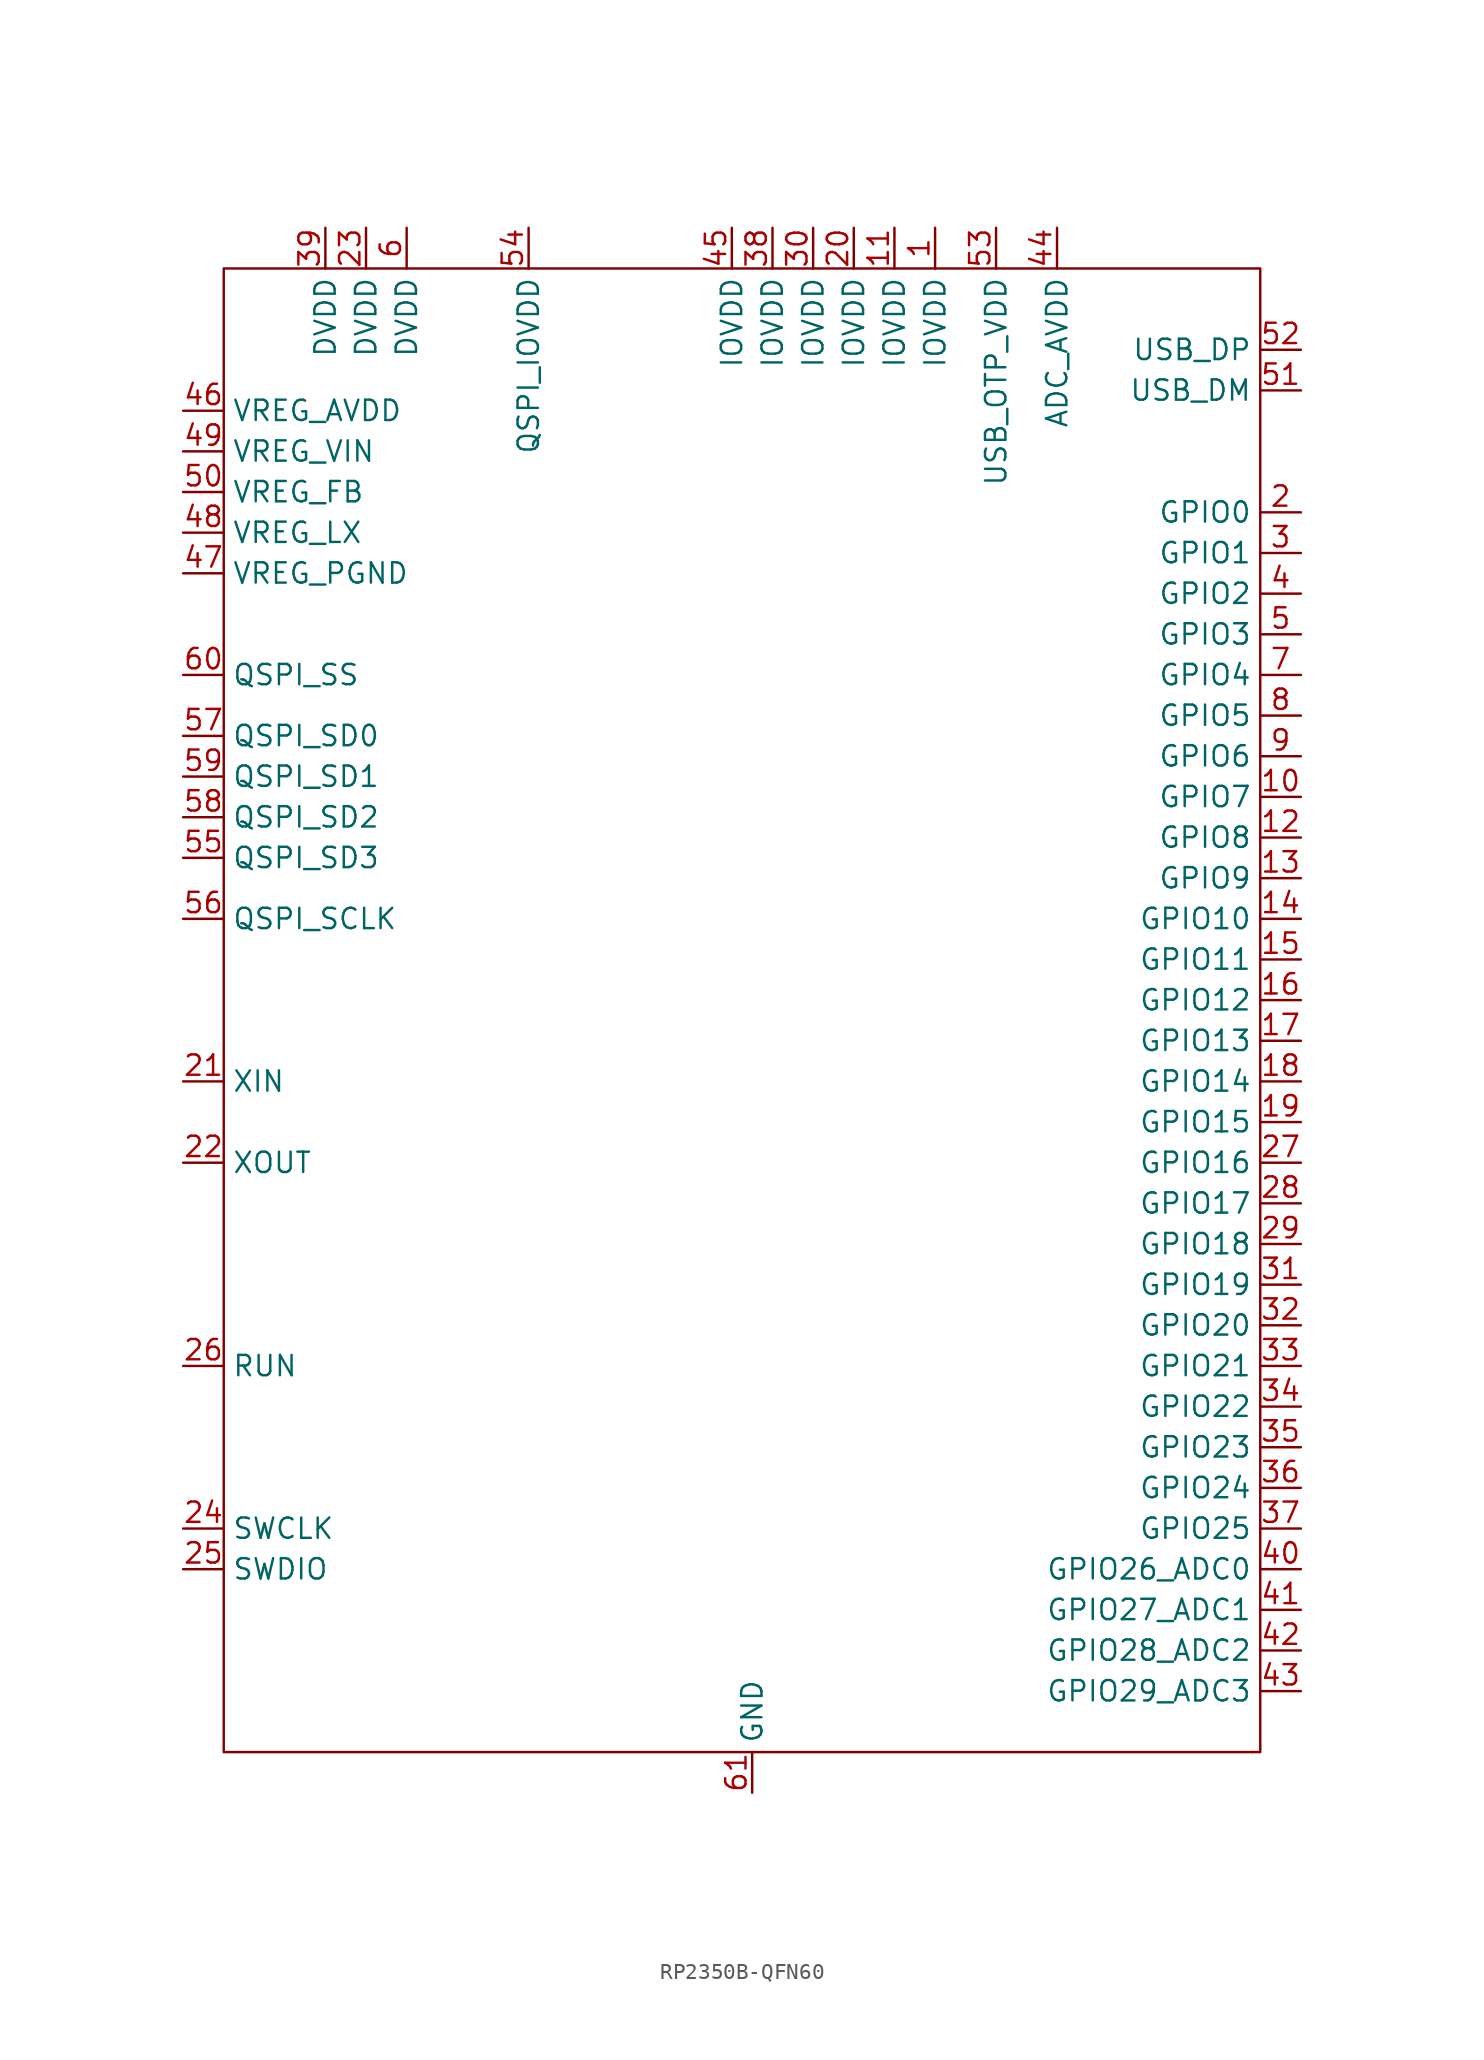
<source format=kicad_sym>
(kicad_symbol_lib
  (version 20241209)
  (generator "kicad_symbol_editor")
  (generator_version "9.0")
  (symbol "RP2350B-QFN60"
    (property "Reference" "U"
      (at 247.65 48.26 0)
      (effects (font (size 1.27 1.27)) (hide yes)))
    (property "Value" ""
      (at 0 0 0)
      (effects (font (size 1.27 1.27))))
    (symbol "RP2350B-QFN60_0_1"
      (rectangle (start -33.02 45.72) (end 31.75 -46.99) (stroke (width 0) (type default)) (fill (type none))))
    (symbol "RP2350B-QFN60_1_0"
      (pin passive line (at 0 -49.53 90) (length 2.54) (name "GND" (effects (font (size 1.27 1.27)))) (number "61" (effects (font (size 1.27 1.27))))))
    (symbol "RP2350B-QFN60_1_1"
      (pin power_in line (at -35.56 36.83 0) (length 2.54) (name "VREG_AVDD" (effects (font (size 1.27 1.27)))) (number "46" (effects (font (size 1.27 1.27)))))
      (pin power_in line (at -35.56 34.29 0) (length 2.54) (name "VREG_VIN" (effects (font (size 1.27 1.27)))) (number "49" (effects (font (size 1.27 1.27)))))
      (pin power_in line (at -35.56 31.75 0) (length 2.54) (name "VREG_FB" (effects (font (size 1.27 1.27)))) (number "50" (effects (font (size 1.27 1.27)))))
      (pin power_out line (at -35.56 29.21 0) (length 2.54) (name "VREG_LX" (effects (font (size 1.27 1.27)))) (number "48" (effects (font (size 1.27 1.27)))))
      (pin passive line (at -35.56 26.67 0) (length 2.54) (name "VREG_PGND" (effects (font (size 1.27 1.27)))) (number "47" (effects (font (size 1.27 1.27)))))
      (pin bidirectional line (at -35.56 20.32 0) (length 2.54) (name "QSPI_SS" (effects (font (size 1.27 1.27)))) (number "60" (effects (font (size 1.27 1.27)))))
      (pin bidirectional line (at -35.56 16.51 0) (length 2.54) (name "QSPI_SD0" (effects (font (size 1.27 1.27)))) (number "57" (effects (font (size 1.27 1.27)))))
      (pin bidirectional line (at -35.56 13.97 0) (length 2.54) (name "QSPI_SD1" (effects (font (size 1.27 1.27)))) (number "59" (effects (font (size 1.27 1.27)))))
      (pin bidirectional line (at -35.56 11.43 0) (length 2.54) (name "QSPI_SD2" (effects (font (size 1.27 1.27)))) (number "58" (effects (font (size 1.27 1.27)))))
      (pin bidirectional line (at -35.56 8.89 0) (length 2.54) (name "QSPI_SD3" (effects (font (size 1.27 1.27)))) (number "55" (effects (font (size 1.27 1.27)))))
      (pin bidirectional line (at -35.56 5.08 0) (length 2.54) (name "QSPI_SCLK" (effects (font (size 1.27 1.27)))) (number "56" (effects (font (size 1.27 1.27)))))
      (pin input line (at -35.56 -5.08 0) (length 2.54) (name "XIN" (effects (font (size 1.27 1.27)))) (number "21" (effects (font (size 1.27 1.27)))))
      (pin output line (at -35.56 -10.16 0) (length 2.54) (name "XOUT" (effects (font (size 1.27 1.27)))) (number "22" (effects (font (size 1.27 1.27)))))
      (pin input line (at -35.56 -22.86 0) (length 2.54) (name "RUN" (effects (font (size 1.27 1.27)))) (number "26" (effects (font (size 1.27 1.27)))))
      (pin bidirectional line (at -35.56 -33.02 0) (length 2.54) (name "SWCLK" (effects (font (size 1.27 1.27)))) (number "24" (effects (font (size 1.27 1.27)))))
      (pin bidirectional line (at -35.56 -35.56 0) (length 2.54) (name "SWDIO" (effects (font (size 1.27 1.27)))) (number "25" (effects (font (size 1.27 1.27)))))
      (pin power_in line (at -26.67 48.26 270) (length 2.54) (name "DVDD" (effects (font (size 1.27 1.27)))) (number "39" (effects (font (size 1.27 1.27)))))
      (pin power_in line (at -24.13 48.26 270) (length 2.54) (name "DVDD" (effects (font (size 1.27 1.27)))) (number "23" (effects (font (size 1.27 1.27)))))
      (pin power_in line (at -21.59 48.26 270) (length 2.54) (name "DVDD" (effects (font (size 1.27 1.27)))) (number "6" (effects (font (size 1.27 1.27)))))
      (pin bidirectional line (at -13.97 48.26 270) (length 2.54) (name "QSPI_IOVDD" (effects (font (size 1.27 1.27)))) (number "54" (effects (font (size 1.27 1.27)))))
      (pin power_in line (at -1.27 48.26 270) (length 2.54) (name "IOVDD" (effects (font (size 1.27 1.27)))) (number "45" (effects (font (size 1.27 1.27)))))
      (pin power_in line (at 1.27 48.26 270) (length 2.54) (name "IOVDD" (effects (font (size 1.27 1.27)))) (number "38" (effects (font (size 1.27 1.27)))))
      (pin power_in line (at 3.81 48.26 270) (length 2.54) (name "IOVDD" (effects (font (size 1.27 1.27)))) (number "30" (effects (font (size 1.27 1.27)))))
      (pin power_in line (at 6.35 48.26 270) (length 2.54) (name "IOVDD" (effects (font (size 1.27 1.27)))) (number "20" (effects (font (size 1.27 1.27)))))
      (pin power_in line (at 8.89 48.26 270) (length 2.54) (name "IOVDD" (effects (font (size 1.27 1.27)))) (number "11" (effects (font (size 1.27 1.27)))))
      (pin power_in line (at 11.43 48.26 270) (length 2.54) (name "IOVDD" (effects (font (size 1.27 1.27)))) (number "1" (effects (font (size 1.27 1.27)))))
      (pin power_in line (at 15.24 48.26 270) (length 2.54) (name "USB_OTP_VDD" (effects (font (size 1.27 1.27)))) (number "53" (effects (font (size 1.27 1.27)))))
      (pin power_in line (at 19.05 48.26 270) (length 2.54) (name "ADC_AVDD" (effects (font (size 1.27 1.27)))) (number "44" (effects (font (size 1.27 1.27)))))
      (pin bidirectional line (at 34.29 40.64 180) (length 2.54) (name "USB_DP" (effects (font (size 1.27 1.27)))) (number "52" (effects (font (size 1.27 1.27)))))
      (pin bidirectional line (at 34.29 38.1 180) (length 2.54) (name "USB_DM" (effects (font (size 1.27 1.27)))) (number "51" (effects (font (size 1.27 1.27)))))
      (pin bidirectional line (at 34.29 30.48 180) (length 2.54) (name "GPIO0" (effects (font (size 1.27 1.27)))) (number "2" (effects (font (size 1.27 1.27)))))
      (pin bidirectional line (at 34.29 27.94 180) (length 2.54) (name "GPIO1" (effects (font (size 1.27 1.27)))) (number "3" (effects (font (size 1.27 1.27)))))
      (pin bidirectional line (at 34.29 25.4 180) (length 2.54) (name "GPIO2" (effects (font (size 1.27 1.27)))) (number "4" (effects (font (size 1.27 1.27)))))
      (pin bidirectional line (at 34.29 22.86 180) (length 2.54) (name "GPIO3" (effects (font (size 1.27 1.27)))) (number "5" (effects (font (size 1.27 1.27)))))
      (pin bidirectional line (at 34.29 20.32 180) (length 2.54) (name "GPIO4" (effects (font (size 1.27 1.27)))) (number "7" (effects (font (size 1.27 1.27)))))
      (pin bidirectional line (at 34.29 17.78 180) (length 2.54) (name "GPIO5" (effects (font (size 1.27 1.27)))) (number "8" (effects (font (size 1.27 1.27)))))
      (pin bidirectional line (at 34.29 15.24 180) (length 2.54) (name "GPIO6" (effects (font (size 1.27 1.27)))) (number "9" (effects (font (size 1.27 1.27)))))
      (pin bidirectional line (at 34.29 12.7 180) (length 2.54) (name "GPIO7" (effects (font (size 1.27 1.27)))) (number "10" (effects (font (size 1.27 1.27)))))
      (pin bidirectional line (at 34.29 10.16 180) (length 2.54) (name "GPIO8" (effects (font (size 1.27 1.27)))) (number "12" (effects (font (size 1.27 1.27)))))
      (pin bidirectional line (at 34.29 7.62 180) (length 2.54) (name "GPIO9" (effects (font (size 1.27 1.27)))) (number "13" (effects (font (size 1.27 1.27)))))
      (pin bidirectional line (at 34.29 5.08 180) (length 2.54) (name "GPIO10" (effects (font (size 1.27 1.27)))) (number "14" (effects (font (size 1.27 1.27)))))
      (pin bidirectional line (at 34.29 2.54 180) (length 2.54) (name "GPIO11" (effects (font (size 1.27 1.27)))) (number "15" (effects (font (size 1.27 1.27)))))
      (pin bidirectional line (at 34.29 0 180) (length 2.54) (name "GPIO12" (effects (font (size 1.27 1.27)))) (number "16" (effects (font (size 1.27 1.27)))))
      (pin bidirectional line (at 34.29 -2.54 180) (length 2.54) (name "GPIO13" (effects (font (size 1.27 1.27)))) (number "17" (effects (font (size 1.27 1.27)))))
      (pin bidirectional line (at 34.29 -5.08 180) (length 2.54) (name "GPIO14" (effects (font (size 1.27 1.27)))) (number "18" (effects (font (size 1.27 1.27)))))
      (pin bidirectional line (at 34.29 -7.62 180) (length 2.54) (name "GPIO15" (effects (font (size 1.27 1.27)))) (number "19" (effects (font (size 1.27 1.27)))))
      (pin bidirectional line (at 34.29 -10.16 180) (length 2.54) (name "GPIO16" (effects (font (size 1.27 1.27)))) (number "27" (effects (font (size 1.27 1.27)))))
      (pin bidirectional line (at 34.29 -12.7 180) (length 2.54) (name "GPIO17" (effects (font (size 1.27 1.27)))) (number "28" (effects (font (size 1.27 1.27)))))
      (pin bidirectional line (at 34.29 -15.24 180) (length 2.54) (name "GPIO18" (effects (font (size 1.27 1.27)))) (number "29" (effects (font (size 1.27 1.27)))))
      (pin bidirectional line (at 34.29 -17.78 180) (length 2.54) (name "GPIO19" (effects (font (size 1.27 1.27)))) (number "31" (effects (font (size 1.27 1.27)))))
      (pin bidirectional line (at 34.29 -20.32 180) (length 2.54) (name "GPIO20" (effects (font (size 1.27 1.27)))) (number "32" (effects (font (size 1.27 1.27)))))
      (pin bidirectional line (at 34.29 -22.86 180) (length 2.54) (name "GPIO21" (effects (font (size 1.27 1.27)))) (number "33" (effects (font (size 1.27 1.27)))))
      (pin bidirectional line (at 34.29 -25.4 180) (length 2.54) (name "GPIO22" (effects (font (size 1.27 1.27)))) (number "34" (effects (font (size 1.27 1.27)))))
      (pin bidirectional line (at 34.29 -27.94 180) (length 2.54) (name "GPIO23" (effects (font (size 1.27 1.27)))) (number "35" (effects (font (size 1.27 1.27)))))
      (pin bidirectional line (at 34.29 -30.48 180) (length 2.54) (name "GPIO24" (effects (font (size 1.27 1.27)))) (number "36" (effects (font (size 1.27 1.27)))))
      (pin bidirectional line (at 34.29 -33.02 180) (length 2.54) (name "GPIO25" (effects (font (size 1.27 1.27)))) (number "37" (effects (font (size 1.27 1.27)))))
      (pin bidirectional line (at 34.29 -35.56 180) (length 2.54) (name "GPIO26_ADC0" (effects (font (size 1.27 1.27)))) (number "40" (effects (font (size 1.27 1.27)))))
      (pin bidirectional line (at 34.29 -38.1 180) (length 2.54) (name "GPIO27_ADC1" (effects (font (size 1.27 1.27)))) (number "41" (effects (font (size 1.27 1.27)))))
      (pin bidirectional line (at 34.29 -40.64 180) (length 2.54) (name "GPIO28_ADC2" (effects (font (size 1.27 1.27)))) (number "42" (effects (font (size 1.27 1.27)))))
      (pin bidirectional line (at 34.29 -43.18 180) (length 2.54) (name "GPIO29_ADC3" (effects (font (size 1.27 1.27)))) (number "43" (effects (font (size 1.27 1.27))))))))
</source>
